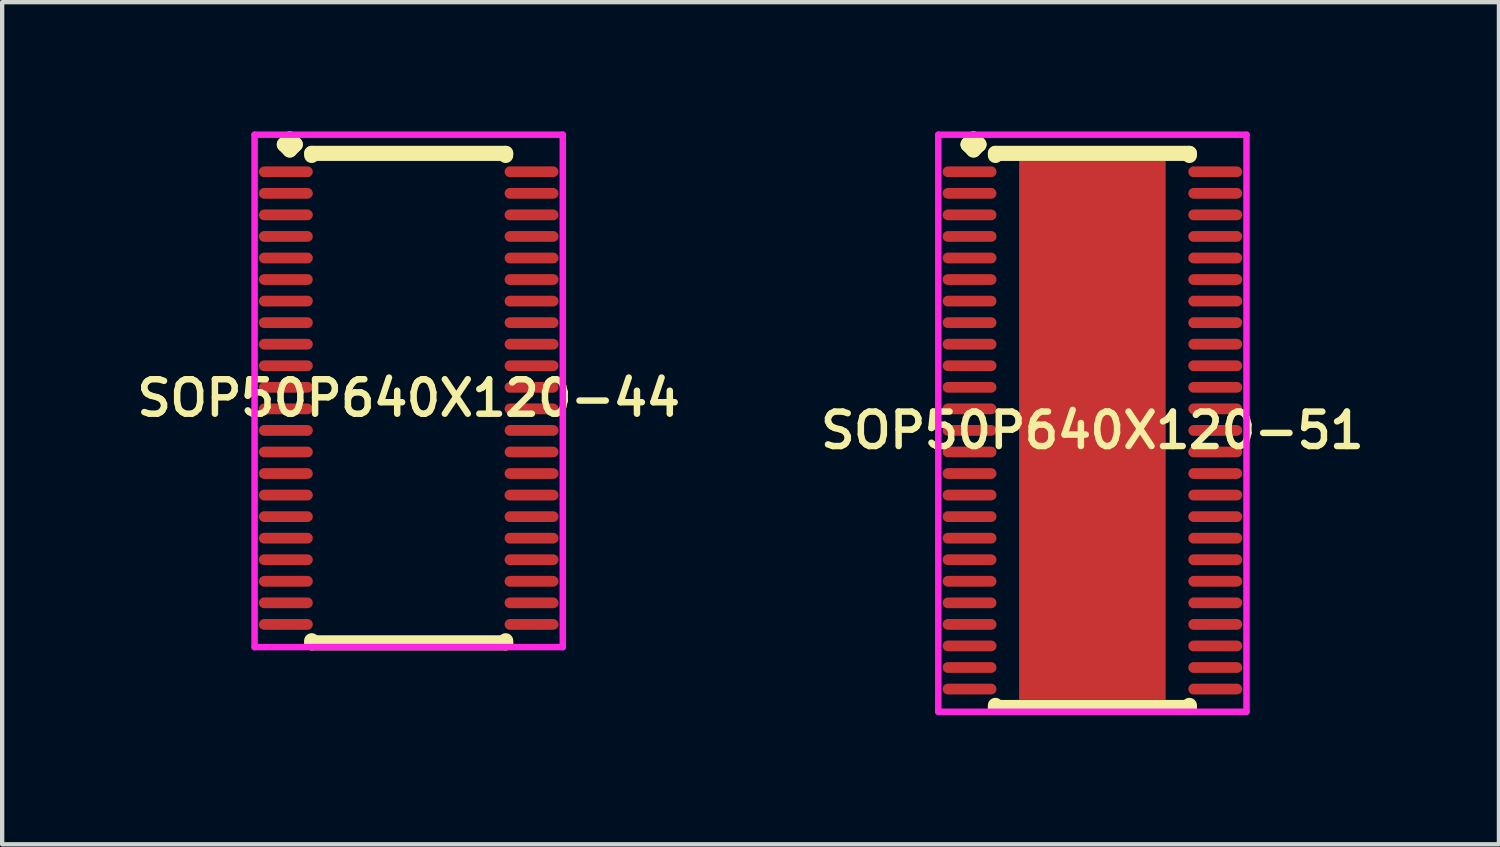
<source format=kicad_pcb>
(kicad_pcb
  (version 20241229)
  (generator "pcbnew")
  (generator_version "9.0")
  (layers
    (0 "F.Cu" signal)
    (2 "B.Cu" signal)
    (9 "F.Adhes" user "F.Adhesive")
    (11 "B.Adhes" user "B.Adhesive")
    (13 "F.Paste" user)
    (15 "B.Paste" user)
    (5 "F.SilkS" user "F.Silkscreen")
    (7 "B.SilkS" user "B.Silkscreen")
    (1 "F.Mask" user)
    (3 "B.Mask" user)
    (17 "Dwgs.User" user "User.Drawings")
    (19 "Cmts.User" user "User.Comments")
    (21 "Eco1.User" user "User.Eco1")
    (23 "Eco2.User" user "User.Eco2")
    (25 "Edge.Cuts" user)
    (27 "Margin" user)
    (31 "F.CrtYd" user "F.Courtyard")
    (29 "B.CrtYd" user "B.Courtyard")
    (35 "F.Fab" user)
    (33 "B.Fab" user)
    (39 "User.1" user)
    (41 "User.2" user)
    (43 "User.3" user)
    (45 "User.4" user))
  (footprint "SOP50P640X120-44"
    (layer "F.Cu")
    (at 6.431 6.185)
    (property "Reference" "SOP50P640X120-44" (at 0 0 0) (layer "F.SilkS") (effects (font (size 0.8 0.8) (thickness 0.15))))
    (attr smd)
    (fp_line (start -2.885 -5.883) (end -2.758 -6.01) (stroke (width 0.35) (type solid)) (layer "F.SilkS"))
    (fp_line (start -2.758 -6.01) (end -2.631 -5.883) (stroke (width 0.35) (type solid)) (layer "F.SilkS"))
    (fp_line (start -2.758 -5.756) (end -2.885 -5.883) (stroke (width 0.35) (type solid)) (layer "F.SilkS"))
    (fp_line (start -2.631 -5.883) (end -2.758 -5.756) (stroke (width 0.35) (type solid)) (layer "F.SilkS"))
    (fp_line (start -2.25 -5.677) (end 2.25 -5.677) (stroke (width 0.35) (type solid)) (layer "F.SilkS"))
    (fp_line (start -2.25 -5.629) (end -2.25 -5.677) (stroke (width 0.35) (type solid)) (layer "F.SilkS"))
    (fp_line (start -2.25 5.629) (end -2.25 5.677) (stroke (width 0.35) (type solid)) (layer "F.SilkS"))
    (fp_line (start -2.25 5.677) (end 2.25 5.677) (stroke (width 0.35) (type solid)) (layer "F.SilkS"))
    (fp_line (start 2.25 -5.677) (end 2.25 -5.629) (stroke (width 0.35) (type solid)) (layer "F.SilkS"))
    (fp_line (start 2.25 5.677) (end 2.25 5.629) (stroke (width 0.35) (type solid)) (layer "F.SilkS"))
    (fp_line (start -3.575 -6.11) (end 3.575 -6.11) (stroke (width 0.15) (type solid)) (layer "F.CrtYd"))
    (fp_line (start -3.575 5.777) (end -3.575 -6.11) (stroke (width 0.15) (type solid)) (layer "F.CrtYd"))
    (fp_line (start 3.575 -6.11) (end 3.575 5.777) (stroke (width 0.15) (type solid)) (layer "F.CrtYd"))
    (fp_line (start 3.575 5.777) (end -3.575 5.777) (stroke (width 0.15) (type solid)) (layer "F.CrtYd"))
    (pad "1" smd oval (at -2.85 -5.25) (size 1.25 0.25) (layers "F.Cu" "F.Mask" "F.Paste"))
    (pad "2" smd oval (at -2.85 -4.75) (size 1.25 0.25) (layers "F.Cu" "F.Mask" "F.Paste"))
    (pad "3" smd oval (at -2.85 -4.25) (size 1.25 0.25) (layers "F.Cu" "F.Mask" "F.Paste"))
    (pad "4" smd oval (at -2.85 -3.75) (size 1.25 0.25) (layers "F.Cu" "F.Mask" "F.Paste"))
    (pad "5" smd oval (at -2.85 -3.25) (size 1.25 0.25) (layers "F.Cu" "F.Mask" "F.Paste"))
    (pad "6" smd oval (at -2.85 -2.75) (size 1.25 0.25) (layers "F.Cu" "F.Mask" "F.Paste"))
    (pad "7" smd oval (at -2.85 -2.25) (size 1.25 0.25) (layers "F.Cu" "F.Mask" "F.Paste"))
    (pad "8" smd oval (at -2.85 -1.75) (size 1.25 0.25) (layers "F.Cu" "F.Mask" "F.Paste"))
    (pad "9" smd oval (at -2.85 -1.25) (size 1.25 0.25) (layers "F.Cu" "F.Mask" "F.Paste"))
    (pad "10" smd oval (at -2.85 -0.75) (size 1.25 0.25) (layers "F.Cu" "F.Mask" "F.Paste"))
    (pad "11" smd oval (at -2.85 -0.25) (size 1.25 0.25) (layers "F.Cu" "F.Mask" "F.Paste"))
    (pad "12" smd oval (at -2.85 0.25) (size 1.25 0.25) (layers "F.Cu" "F.Mask" "F.Paste"))
    (pad "13" smd oval (at -2.85 0.75) (size 1.25 0.25) (layers "F.Cu" "F.Mask" "F.Paste"))
    (pad "14" smd oval (at -2.85 1.25) (size 1.25 0.25) (layers "F.Cu" "F.Mask" "F.Paste"))
    (pad "15" smd oval (at -2.85 1.75) (size 1.25 0.25) (layers "F.Cu" "F.Mask" "F.Paste"))
    (pad "16" smd oval (at -2.85 2.25) (size 1.25 0.25) (layers "F.Cu" "F.Mask" "F.Paste"))
    (pad "17" smd oval (at -2.85 2.75) (size 1.25 0.25) (layers "F.Cu" "F.Mask" "F.Paste"))
    (pad "18" smd oval (at -2.85 3.25) (size 1.25 0.25) (layers "F.Cu" "F.Mask" "F.Paste"))
    (pad "19" smd oval (at -2.85 3.75) (size 1.25 0.25) (layers "F.Cu" "F.Mask" "F.Paste"))
    (pad "20" smd oval (at -2.85 4.25) (size 1.25 0.25) (layers "F.Cu" "F.Mask" "F.Paste"))
    (pad "21" smd oval (at -2.85 4.75) (size 1.25 0.25) (layers "F.Cu" "F.Mask" "F.Paste"))
    (pad "22" smd oval (at -2.85 5.25) (size 1.25 0.25) (layers "F.Cu" "F.Mask" "F.Paste"))
    (pad "23" smd oval (at 2.85 5.25) (size 1.25 0.25) (layers "F.Cu" "F.Mask" "F.Paste"))
    (pad "24" smd oval (at 2.85 4.75) (size 1.25 0.25) (layers "F.Cu" "F.Mask" "F.Paste"))
    (pad "25" smd oval (at 2.85 4.25) (size 1.25 0.25) (layers "F.Cu" "F.Mask" "F.Paste"))
    (pad "26" smd oval (at 2.85 3.75) (size 1.25 0.25) (layers "F.Cu" "F.Mask" "F.Paste"))
    (pad "27" smd oval (at 2.85 3.25) (size 1.25 0.25) (layers "F.Cu" "F.Mask" "F.Paste"))
    (pad "28" smd oval (at 2.85 2.75) (size 1.25 0.25) (layers "F.Cu" "F.Mask" "F.Paste"))
    (pad "29" smd oval (at 2.85 2.25) (size 1.25 0.25) (layers "F.Cu" "F.Mask" "F.Paste"))
    (pad "30" smd oval (at 2.85 1.75) (size 1.25 0.25) (layers "F.Cu" "F.Mask" "F.Paste"))
    (pad "31" smd oval (at 2.85 1.25) (size 1.25 0.25) (layers "F.Cu" "F.Mask" "F.Paste"))
    (pad "32" smd oval (at 2.85 0.75) (size 1.25 0.25) (layers "F.Cu" "F.Mask" "F.Paste"))
    (pad "33" smd oval (at 2.85 0.25) (size 1.25 0.25) (layers "F.Cu" "F.Mask" "F.Paste"))
    (pad "34" smd oval (at 2.85 -0.25) (size 1.25 0.25) (layers "F.Cu" "F.Mask" "F.Paste"))
    (pad "35" smd oval (at 2.85 -0.75) (size 1.25 0.25) (layers "F.Cu" "F.Mask" "F.Paste"))
    (pad "36" smd oval (at 2.85 -1.25) (size 1.25 0.25) (layers "F.Cu" "F.Mask" "F.Paste"))
    (pad "37" smd oval (at 2.85 -1.75) (size 1.25 0.25) (layers "F.Cu" "F.Mask" "F.Paste"))
    (pad "38" smd oval (at 2.85 -2.25) (size 1.25 0.25) (layers "F.Cu" "F.Mask" "F.Paste"))
    (pad "39" smd oval (at 2.85 -2.75) (size 1.25 0.25) (layers "F.Cu" "F.Mask" "F.Paste"))
    (pad "40" smd oval (at 2.85 -3.25) (size 1.25 0.25) (layers "F.Cu" "F.Mask" "F.Paste"))
    (pad "41" smd oval (at 2.85 -3.75) (size 1.25 0.25) (layers "F.Cu" "F.Mask" "F.Paste"))
    (pad "42" smd oval (at 2.85 -4.25) (size 1.25 0.25) (layers "F.Cu" "F.Mask" "F.Paste"))
    (pad "43" smd oval (at 2.85 -4.75) (size 1.25 0.25) (layers "F.Cu" "F.Mask" "F.Paste"))
    (pad "44" smd oval (at 2.85 -5.25) (size 1.25 0.25) (layers "F.Cu" "F.Mask" "F.Paste")))
  (footprint "SOP50P640X120-51"
    (layer "F.Cu")
    (at 22.292 6.935)
    (property "Reference" "SOP50P640X120-51" (at 0 0 0) (layer "F.SilkS") (effects (font (size 0.8 0.8) (thickness 0.15))))
    (attr smd)
    (fp_line (start -2.885 -6.633) (end -2.758 -6.76) (stroke (width 0.35) (type solid)) (layer "F.SilkS"))
    (fp_line (start -2.758 -6.76) (end -2.631 -6.633) (stroke (width 0.35) (type solid)) (layer "F.SilkS"))
    (fp_line (start -2.758 -6.506) (end -2.885 -6.633) (stroke (width 0.35) (type solid)) (layer "F.SilkS"))
    (fp_line (start -2.631 -6.633) (end -2.758 -6.506) (stroke (width 0.35) (type solid)) (layer "F.SilkS"))
    (fp_line (start -2.25 -6.427) (end 2.25 -6.427) (stroke (width 0.35) (type solid)) (layer "F.SilkS"))
    (fp_line (start -2.25 -6.379) (end -2.25 -6.427) (stroke (width 0.35) (type solid)) (layer "F.SilkS"))
    (fp_line (start -2.25 6.379) (end -2.25 6.427) (stroke (width 0.35) (type solid)) (layer "F.SilkS"))
    (fp_line (start -2.25 6.427) (end 2.25 6.427) (stroke (width 0.35) (type solid)) (layer "F.SilkS"))
    (fp_line (start 2.25 -6.427) (end 2.25 -6.379) (stroke (width 0.35) (type solid)) (layer "F.SilkS"))
    (fp_line (start 2.25 6.427) (end 2.25 6.379) (stroke (width 0.35) (type solid)) (layer "F.SilkS"))
    (fp_line (start -3.575 -6.86) (end 3.575 -6.86) (stroke (width 0.15) (type solid)) (layer "F.CrtYd"))
    (fp_line (start -3.575 6.527) (end -3.575 -6.86) (stroke (width 0.15) (type solid)) (layer "F.CrtYd"))
    (fp_line (start 3.575 -6.86) (end 3.575 6.527) (stroke (width 0.15) (type solid)) (layer "F.CrtYd"))
    (fp_line (start 3.575 6.527) (end -3.575 6.527) (stroke (width 0.15) (type solid)) (layer "F.CrtYd"))
    (pad "1" smd oval (at -2.85 -6) (size 1.25 0.25) (layers "F.Cu" "F.Mask" "F.Paste"))
    (pad "2" smd oval (at -2.85 -5.5) (size 1.25 0.25) (layers "F.Cu" "F.Mask" "F.Paste"))
    (pad "3" smd oval (at -2.85 -5) (size 1.25 0.25) (layers "F.Cu" "F.Mask" "F.Paste"))
    (pad "4" smd oval (at -2.85 -4.5) (size 1.25 0.25) (layers "F.Cu" "F.Mask" "F.Paste"))
    (pad "5" smd oval (at -2.85 -4) (size 1.25 0.25) (layers "F.Cu" "F.Mask" "F.Paste"))
    (pad "6" smd oval (at -2.85 -3.5) (size 1.25 0.25) (layers "F.Cu" "F.Mask" "F.Paste"))
    (pad "7" smd oval (at -2.85 -3) (size 1.25 0.25) (layers "F.Cu" "F.Mask" "F.Paste"))
    (pad "8" smd oval (at -2.85 -2.5) (size 1.25 0.25) (layers "F.Cu" "F.Mask" "F.Paste"))
    (pad "9" smd oval (at -2.85 -2) (size 1.25 0.25) (layers "F.Cu" "F.Mask" "F.Paste"))
    (pad "10" smd oval (at -2.85 -1.5) (size 1.25 0.25) (layers "F.Cu" "F.Mask" "F.Paste"))
    (pad "11" smd oval (at -2.85 -1) (size 1.25 0.25) (layers "F.Cu" "F.Mask" "F.Paste"))
    (pad "12" smd oval (at -2.85 -0.5) (size 1.25 0.25) (layers "F.Cu" "F.Mask" "F.Paste"))
    (pad "13" smd oval (at -2.85 0) (size 1.25 0.25) (layers "F.Cu" "F.Mask" "F.Paste"))
    (pad "14" smd oval (at -2.85 0.5) (size 1.25 0.25) (layers "F.Cu" "F.Mask" "F.Paste"))
    (pad "15" smd oval (at -2.85 1) (size 1.25 0.25) (layers "F.Cu" "F.Mask" "F.Paste"))
    (pad "16" smd oval (at -2.85 1.5) (size 1.25 0.25) (layers "F.Cu" "F.Mask" "F.Paste"))
    (pad "17" smd oval (at -2.85 2) (size 1.25 0.25) (layers "F.Cu" "F.Mask" "F.Paste"))
    (pad "18" smd oval (at -2.85 2.5) (size 1.25 0.25) (layers "F.Cu" "F.Mask" "F.Paste"))
    (pad "19" smd oval (at -2.85 3) (size 1.25 0.25) (layers "F.Cu" "F.Mask" "F.Paste"))
    (pad "20" smd oval (at -2.85 3.5) (size 1.25 0.25) (layers "F.Cu" "F.Mask" "F.Paste"))
    (pad "21" smd oval (at -2.85 4) (size 1.25 0.25) (layers "F.Cu" "F.Mask" "F.Paste"))
    (pad "22" smd oval (at -2.85 4.5) (size 1.25 0.25) (layers "F.Cu" "F.Mask" "F.Paste"))
    (pad "23" smd oval (at -2.85 5) (size 1.25 0.25) (layers "F.Cu" "F.Mask" "F.Paste"))
    (pad "24" smd oval (at -2.85 5.5) (size 1.25 0.25) (layers "F.Cu" "F.Mask" "F.Paste"))
    (pad "25" smd oval (at -2.85 6) (size 1.25 0.25) (layers "F.Cu" "F.Mask" "F.Paste"))
    (pad "26" smd oval (at 2.85 6) (size 1.25 0.25) (layers "F.Cu" "F.Mask" "F.Paste"))
    (pad "27" smd oval (at 2.85 5.5) (size 1.25 0.25) (layers "F.Cu" "F.Mask" "F.Paste"))
    (pad "28" smd oval (at 2.85 5) (size 1.25 0.25) (layers "F.Cu" "F.Mask" "F.Paste"))
    (pad "29" smd oval (at 2.85 4.5) (size 1.25 0.25) (layers "F.Cu" "F.Mask" "F.Paste"))
    (pad "30" smd oval (at 2.85 4) (size 1.25 0.25) (layers "F.Cu" "F.Mask" "F.Paste"))
    (pad "31" smd oval (at 2.85 3.5) (size 1.25 0.25) (layers "F.Cu" "F.Mask" "F.Paste"))
    (pad "32" smd oval (at 2.85 3) (size 1.25 0.25) (layers "F.Cu" "F.Mask" "F.Paste"))
    (pad "33" smd oval (at 2.85 2.5) (size 1.25 0.25) (layers "F.Cu" "F.Mask" "F.Paste"))
    (pad "34" smd oval (at 2.85 2) (size 1.25 0.25) (layers "F.Cu" "F.Mask" "F.Paste"))
    (pad "35" smd oval (at 2.85 1.5) (size 1.25 0.25) (layers "F.Cu" "F.Mask" "F.Paste"))
    (pad "36" smd oval (at 2.85 1) (size 1.25 0.25) (layers "F.Cu" "F.Mask" "F.Paste"))
    (pad "37" smd oval (at 2.85 0.5) (size 1.25 0.25) (layers "F.Cu" "F.Mask" "F.Paste"))
    (pad "38" smd oval (at 2.85 0) (size 1.25 0.25) (layers "F.Cu" "F.Mask" "F.Paste"))
    (pad "39" smd oval (at 2.85 -0.5) (size 1.25 0.25) (layers "F.Cu" "F.Mask" "F.Paste"))
    (pad "40" smd oval (at 2.85 -1) (size 1.25 0.25) (layers "F.Cu" "F.Mask" "F.Paste"))
    (pad "41" smd oval (at 2.85 -1.5) (size 1.25 0.25) (layers "F.Cu" "F.Mask" "F.Paste"))
    (pad "42" smd oval (at 2.85 -2) (size 1.25 0.25) (layers "F.Cu" "F.Mask" "F.Paste"))
    (pad "43" smd oval (at 2.85 -2.5) (size 1.25 0.25) (layers "F.Cu" "F.Mask" "F.Paste"))
    (pad "44" smd oval (at 2.85 -3) (size 1.25 0.25) (layers "F.Cu" "F.Mask" "F.Paste"))
    (pad "45" smd oval (at 2.85 -3.5) (size 1.25 0.25) (layers "F.Cu" "F.Mask" "F.Paste"))
    (pad "46" smd oval (at 2.85 -4) (size 1.25 0.25) (layers "F.Cu" "F.Mask" "F.Paste"))
    (pad "47" smd oval (at 2.85 -4.5) (size 1.25 0.25) (layers "F.Cu" "F.Mask" "F.Paste"))
    (pad "48" smd oval (at 2.85 -5) (size 1.25 0.25) (layers "F.Cu" "F.Mask" "F.Paste"))
    (pad "49" smd oval (at 2.85 -5.5) (size 1.25 0.25) (layers "F.Cu" "F.Mask" "F.Paste"))
    (pad "50" smd oval (at 2.85 -6) (size 1.25 0.25) (layers "F.Cu" "F.Mask" "F.Paste"))
    (pad "51" smd rect (at 0 0) (size 3.4 12.5) (layers "F.Cu" "F.Mask" "F.Paste")))
  (gr_rect
    (start -3 -3)
    (end 31.723 16.537)
    (stroke (width 0.1) (type default))
    (fill no)
    (layer "Edge.Cuts")))
</source>
